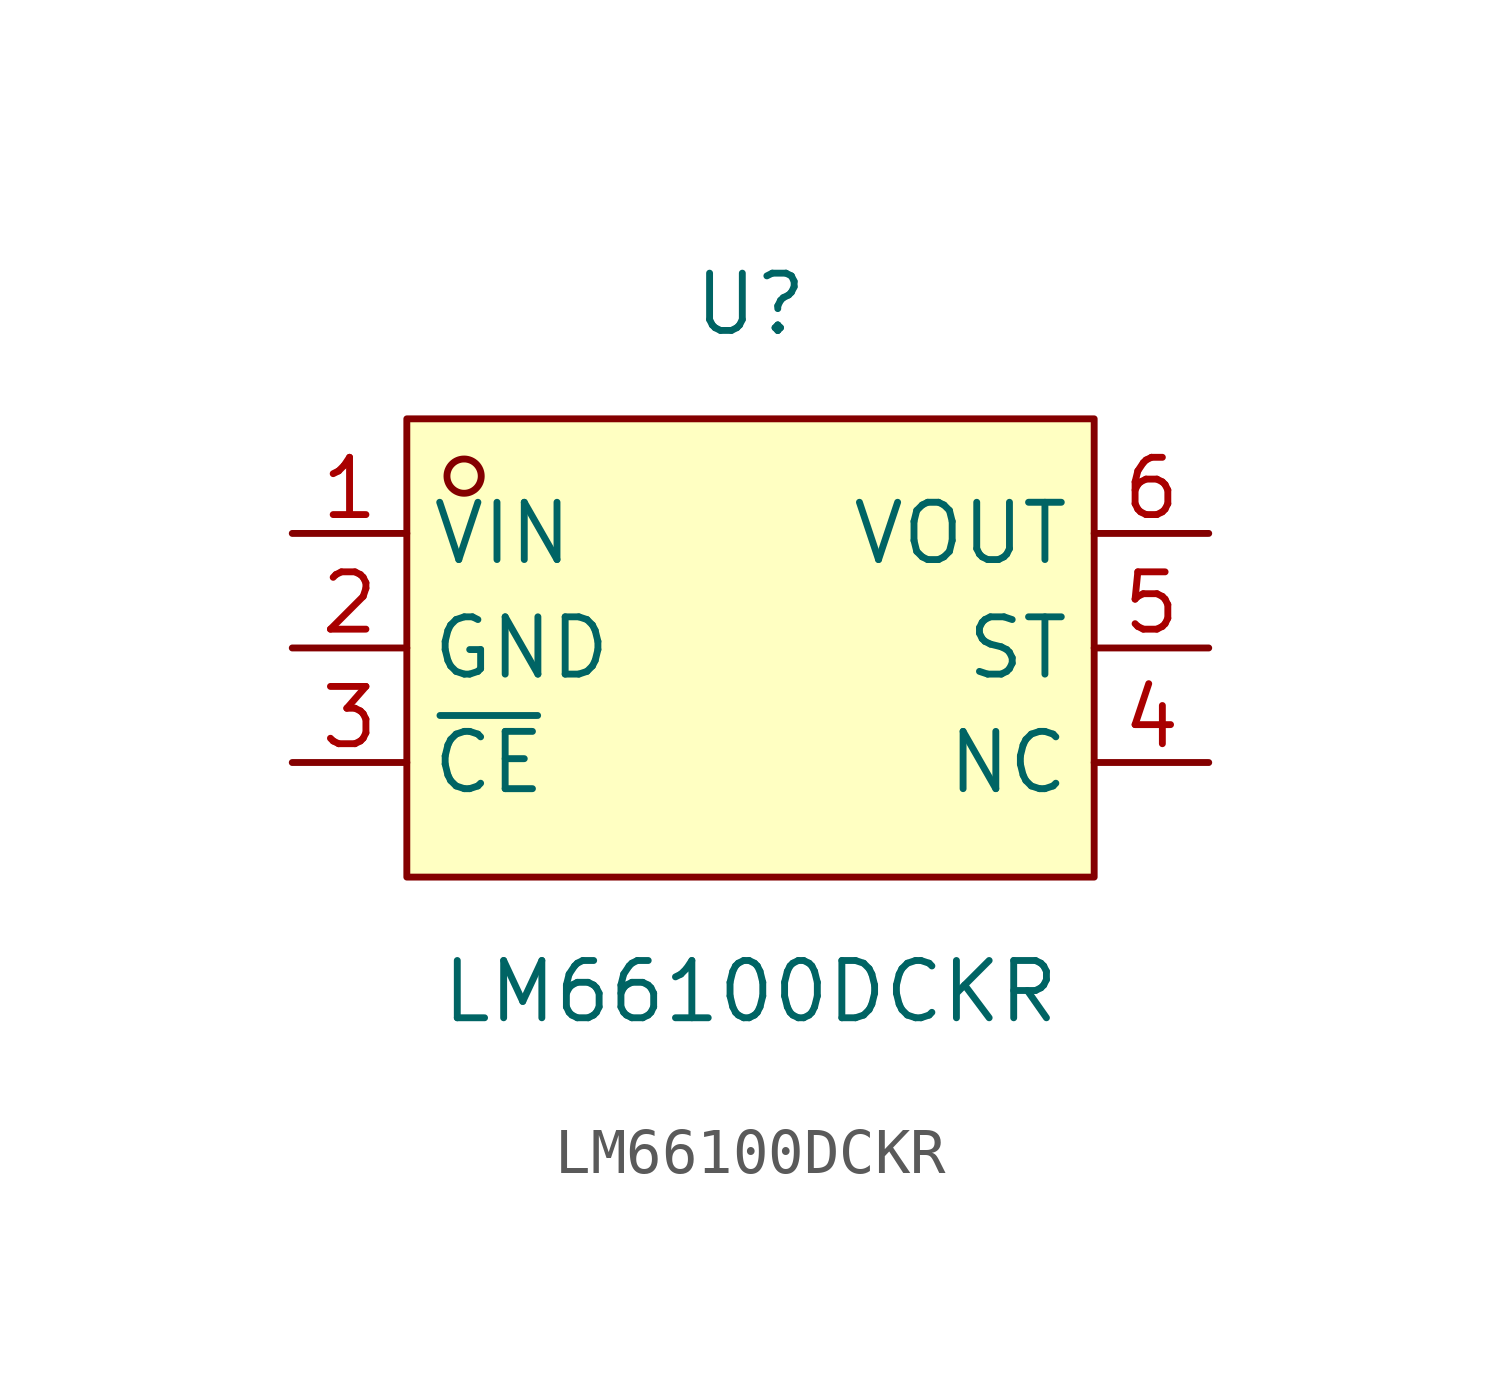
<source format=kicad_sym>
(kicad_symbol_lib
  (version 20211014)
  (generator https://github.com/uPesy/easyeda2kicad.py)
  (symbol "LM66100DCKR"
    (property "Reference" "U"
      (at 0 7.62 0)
      (effects (font (size 1.27 1.27))))
    (property "Value" "LM66100DCKR"
      (at 0 -7.62 0)
      (effects (font (size 1.27 1.27))))
    (symbol "LM66100DCKR_0_1"
      (rectangle (start -7.62 5.08) (end 7.62 -5.08) (stroke (width 0) (type default) (color 0 0 0 0)) (fill (type background)))
      (circle (center -6.35 3.81) (radius 0.38) (stroke (width 0) (type default) (color 0 0 0 0)) (fill (type none)))
      (pin unspecified line (at -10.16 2.54 0) (length 2.54) (name "VIN" (effects (font (size 1.27 1.27)))) (number "1" (effects (font (size 1.27 1.27)))))
      (pin unspecified line (at -10.16 -0.00 0) (length 2.54) (name "GND" (effects (font (size 1.27 1.27)))) (number "2" (effects (font (size 1.27 1.27)))))
      (pin unspecified line (at -10.16 -2.54 0) (length 2.54) (name "~{CE}" (effects (font (size 1.27 1.27)))) (number "3" (effects (font (size 1.27 1.27)))))
      (pin unspecified line (at 10.16 -2.54 180) (length 2.54) (name "NC" (effects (font (size 1.27 1.27)))) (number "4" (effects (font (size 1.27 1.27)))))
      (pin unspecified line (at 10.16 -0.00 180) (length 2.54) (name "ST" (effects (font (size 1.27 1.27)))) (number "5" (effects (font (size 1.27 1.27)))))
      (pin unspecified line (at 10.16 2.54 180) (length 2.54) (name "VOUT" (effects (font (size 1.27 1.27)))) (number "6" (effects (font (size 1.27 1.27))))))))
</source>
